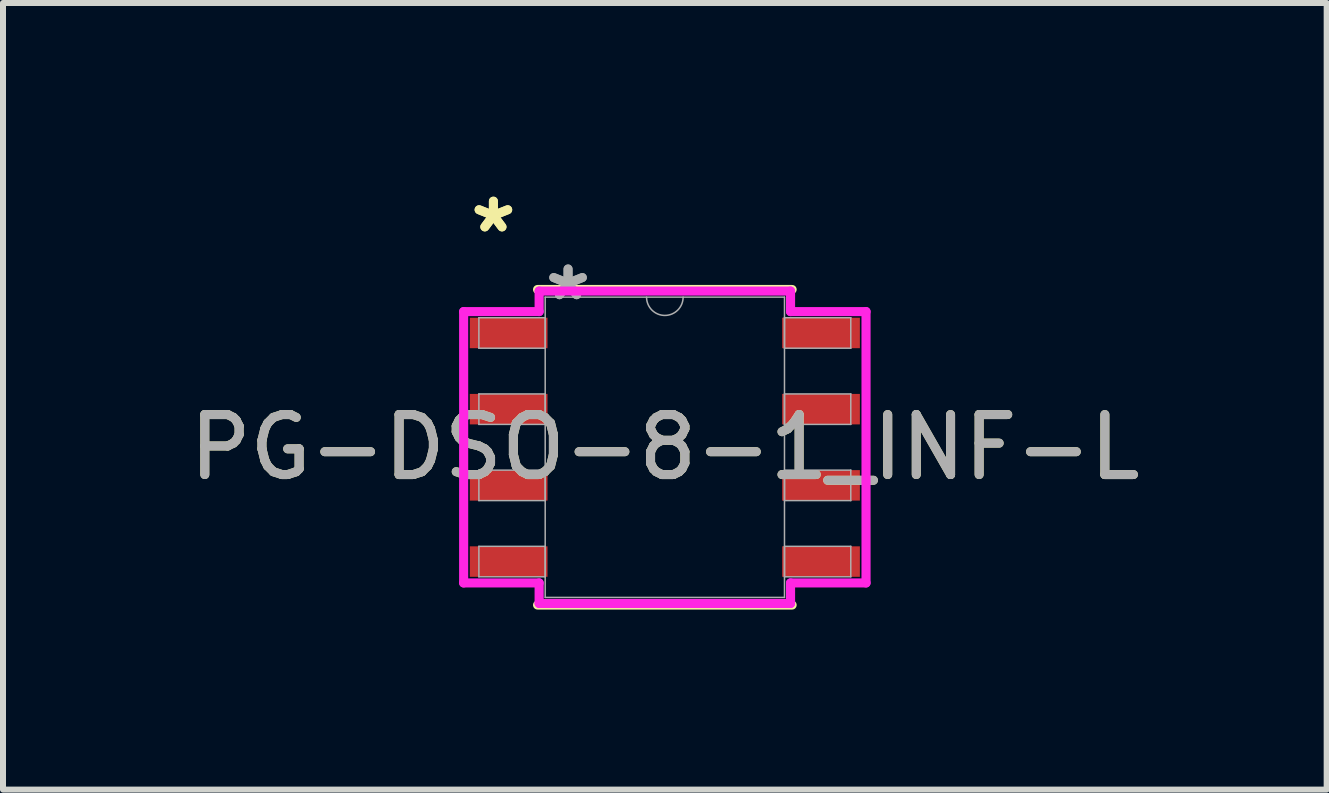
<source format=kicad_pcb>
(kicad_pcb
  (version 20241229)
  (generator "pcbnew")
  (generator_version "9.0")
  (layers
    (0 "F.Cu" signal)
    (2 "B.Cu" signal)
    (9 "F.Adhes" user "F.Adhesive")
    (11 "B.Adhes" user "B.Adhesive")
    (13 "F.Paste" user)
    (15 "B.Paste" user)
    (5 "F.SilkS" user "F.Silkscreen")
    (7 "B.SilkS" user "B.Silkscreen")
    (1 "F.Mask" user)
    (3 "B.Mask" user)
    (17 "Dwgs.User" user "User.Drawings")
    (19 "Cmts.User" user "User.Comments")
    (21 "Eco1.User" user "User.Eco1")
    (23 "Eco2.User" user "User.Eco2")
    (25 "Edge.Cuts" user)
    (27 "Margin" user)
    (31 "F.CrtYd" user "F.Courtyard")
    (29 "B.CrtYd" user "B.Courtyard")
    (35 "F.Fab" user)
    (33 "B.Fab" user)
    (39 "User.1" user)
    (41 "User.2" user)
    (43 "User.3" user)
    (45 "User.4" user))
  (footprint "PG-DSO-8-1_INF-L"
    (layer "F.Cu")
    (at 8.03 4.404)
    (property "Reference" "PG-DSO-8-1_INF-L" (at 0 0 0) (unlocked yes) (layer "F.SilkS") (effects (font (size 1 1) (thickness 0.15))))
    (attr smd)
    (fp_line (start -2.121 2.629) (end 2.121 2.629) (stroke (width 0.152) (type solid)) (layer "F.SilkS"))
    (fp_line (start 2.121 -2.629) (end -2.121 -2.629) (stroke (width 0.152) (type solid)) (layer "F.SilkS"))
    (fp_line (start -3.353 -2.261) (end -2.095 -2.261) (stroke (width 0.152) (type solid)) (layer "F.CrtYd"))
    (fp_line (start -3.353 2.261) (end -3.353 -2.261) (stroke (width 0.152) (type solid)) (layer "F.CrtYd"))
    (fp_line (start -3.353 2.261) (end -2.095 2.261) (stroke (width 0.152) (type solid)) (layer "F.CrtYd"))
    (fp_line (start -2.095 -2.603) (end 2.095 -2.603) (stroke (width 0.152) (type solid)) (layer "F.CrtYd"))
    (fp_line (start -2.095 -2.261) (end -2.095 -2.603) (stroke (width 0.152) (type solid)) (layer "F.CrtYd"))
    (fp_line (start -2.095 2.603) (end -2.095 2.261) (stroke (width 0.152) (type solid)) (layer "F.CrtYd"))
    (fp_line (start 2.095 -2.603) (end 2.095 -2.261) (stroke (width 0.152) (type solid)) (layer "F.CrtYd"))
    (fp_line (start 2.095 2.261) (end 2.095 2.603) (stroke (width 0.152) (type solid)) (layer "F.CrtYd"))
    (fp_line (start 2.095 2.603) (end -2.095 2.603) (stroke (width 0.152) (type solid)) (layer "F.CrtYd"))
    (fp_line (start 3.353 -2.261) (end 2.095 -2.261) (stroke (width 0.152) (type solid)) (layer "F.CrtYd"))
    (fp_line (start 3.353 -2.261) (end 3.353 2.261) (stroke (width 0.152) (type solid)) (layer "F.CrtYd"))
    (fp_line (start 3.353 2.261) (end 2.095 2.261) (stroke (width 0.152) (type solid)) (layer "F.CrtYd"))
    (fp_line (start -3.099 -2.159) (end -3.099 -1.651) (stroke (width 0.025) (type solid)) (layer "F.Fab"))
    (fp_line (start -3.099 -1.651) (end -1.994 -1.651) (stroke (width 0.025) (type solid)) (layer "F.Fab"))
    (fp_line (start -3.099 -0.889) (end -3.099 -0.381) (stroke (width 0.025) (type solid)) (layer "F.Fab"))
    (fp_line (start -3.099 -0.381) (end -1.994 -0.381) (stroke (width 0.025) (type solid)) (layer "F.Fab"))
    (fp_line (start -3.099 0.381) (end -3.099 0.889) (stroke (width 0.025) (type solid)) (layer "F.Fab"))
    (fp_line (start -3.099 0.889) (end -1.994 0.889) (stroke (width 0.025) (type solid)) (layer "F.Fab"))
    (fp_line (start -3.099 1.651) (end -3.099 2.159) (stroke (width 0.025) (type solid)) (layer "F.Fab"))
    (fp_line (start -3.099 2.159) (end -1.994 2.159) (stroke (width 0.025) (type solid)) (layer "F.Fab"))
    (fp_line (start -1.994 -2.502) (end -1.994 2.502) (stroke (width 0.025) (type solid)) (layer "F.Fab"))
    (fp_line (start -1.994 -2.159) (end -3.099 -2.159) (stroke (width 0.025) (type solid)) (layer "F.Fab"))
    (fp_line (start -1.994 -1.651) (end -1.994 -2.159) (stroke (width 0.025) (type solid)) (layer "F.Fab"))
    (fp_line (start -1.994 -0.889) (end -3.099 -0.889) (stroke (width 0.025) (type solid)) (layer "F.Fab"))
    (fp_line (start -1.994 -0.381) (end -1.994 -0.889) (stroke (width 0.025) (type solid)) (layer "F.Fab"))
    (fp_line (start -1.994 0.381) (end -3.099 0.381) (stroke (width 0.025) (type solid)) (layer "F.Fab"))
    (fp_line (start -1.994 0.889) (end -1.994 0.381) (stroke (width 0.025) (type solid)) (layer "F.Fab"))
    (fp_line (start -1.994 1.651) (end -3.099 1.651) (stroke (width 0.025) (type solid)) (layer "F.Fab"))
    (fp_line (start -1.994 2.159) (end -1.994 1.651) (stroke (width 0.025) (type solid)) (layer "F.Fab"))
    (fp_line (start -1.994 2.502) (end 1.994 2.502) (stroke (width 0.025) (type solid)) (layer "F.Fab"))
    (fp_line (start 1.994 -2.502) (end -1.994 -2.502) (stroke (width 0.025) (type solid)) (layer "F.Fab"))
    (fp_line (start 1.994 -2.159) (end 1.994 -1.651) (stroke (width 0.025) (type solid)) (layer "F.Fab"))
    (fp_line (start 1.994 -1.651) (end 3.099 -1.651) (stroke (width 0.025) (type solid)) (layer "F.Fab"))
    (fp_line (start 1.994 -0.889) (end 1.994 -0.381) (stroke (width 0.025) (type solid)) (layer "F.Fab"))
    (fp_line (start 1.994 -0.381) (end 3.099 -0.381) (stroke (width 0.025) (type solid)) (layer "F.Fab"))
    (fp_line (start 1.994 0.381) (end 1.994 0.889) (stroke (width 0.025) (type solid)) (layer "F.Fab"))
    (fp_line (start 1.994 0.889) (end 3.099 0.889) (stroke (width 0.025) (type solid)) (layer "F.Fab"))
    (fp_line (start 1.994 1.651) (end 1.994 2.159) (stroke (width 0.025) (type solid)) (layer "F.Fab"))
    (fp_line (start 1.994 2.159) (end 3.099 2.159) (stroke (width 0.025) (type solid)) (layer "F.Fab"))
    (fp_line (start 1.994 2.502) (end 1.994 -2.502) (stroke (width 0.025) (type solid)) (layer "F.Fab"))
    (fp_line (start 3.099 -2.159) (end 1.994 -2.159) (stroke (width 0.025) (type solid)) (layer "F.Fab"))
    (fp_line (start 3.099 -1.651) (end 3.099 -2.159) (stroke (width 0.025) (type solid)) (layer "F.Fab"))
    (fp_line (start 3.099 -0.889) (end 1.994 -0.889) (stroke (width 0.025) (type solid)) (layer "F.Fab"))
    (fp_line (start 3.099 -0.381) (end 3.099 -0.889) (stroke (width 0.025) (type solid)) (layer "F.Fab"))
    (fp_line (start 3.099 0.381) (end 1.994 0.381) (stroke (width 0.025) (type solid)) (layer "F.Fab"))
    (fp_line (start 3.099 0.889) (end 3.099 0.381) (stroke (width 0.025) (type solid)) (layer "F.Fab"))
    (fp_line (start 3.099 1.651) (end 1.994 1.651) (stroke (width 0.025) (type solid)) (layer "F.Fab"))
    (fp_line (start 3.099 2.159) (end 3.099 1.651) (stroke (width 0.025) (type solid)) (layer "F.Fab"))
    (fp_arc (start 0.3048 -2.5019) (mid 0 -2.1971) (end -0.3048 -2.5019) (stroke (width 0.0254) (type solid)) (layer "F.Fab"))
    (fp_text user "*" (at -2.857 -3.556 0) (layer "F.SilkS") (effects (font (size 1 1) (thickness 0.15))))
    (fp_text user "*" (at -2.857 -3.556 0) (unlocked yes) (layer "F.SilkS") (effects (font (size 1 1) (thickness 0.15))))
    (fp_text user "*" (at -1.613 -2.426 0) (unlocked yes) (layer "F.Fab") (effects (font (size 1 1) (thickness 0.15))))
    (fp_text user "${REFERENCE}" (at 0 0 0) (unlocked yes) (layer "F.Fab") (effects (font (size 1 1) (thickness 0.15))))
    (fp_text user "*" (at -1.613 -2.426 0) (layer "F.Fab") (effects (font (size 1 1) (thickness 0.15))))
    (pad "1" smd rect (at -2.603 -1.905) (size 1.295 0.508) (layers "F.Cu" "F.Mask" "F.Paste"))
    (pad "2" smd rect (at -2.603 -0.635) (size 1.295 0.508) (layers "F.Cu" "F.Mask" "F.Paste"))
    (pad "3" smd rect (at -2.603 0.635) (size 1.295 0.508) (layers "F.Cu" "F.Mask" "F.Paste"))
    (pad "4" smd rect (at -2.603 1.905) (size 1.295 0.508) (layers "F.Cu" "F.Mask" "F.Paste"))
    (pad "5" smd rect (at 2.603 1.905) (size 1.295 0.508) (layers "F.Cu" "F.Mask" "F.Paste"))
    (pad "6" smd rect (at 2.603 0.635) (size 1.295 0.508) (layers "F.Cu" "F.Mask" "F.Paste"))
    (pad "7" smd rect (at 2.603 -0.635) (size 1.295 0.508) (layers "F.Cu" "F.Mask" "F.Paste"))
    (pad "8" smd rect (at 2.603 -1.905) (size 1.295 0.508) (layers "F.Cu" "F.Mask" "F.Paste")))
  (gr_rect
    (start -3 -3)
    (end 19.06 10.109)
    (stroke (width 0.1) (type default))
    (fill no)
    (layer "Edge.Cuts")))
</source>
